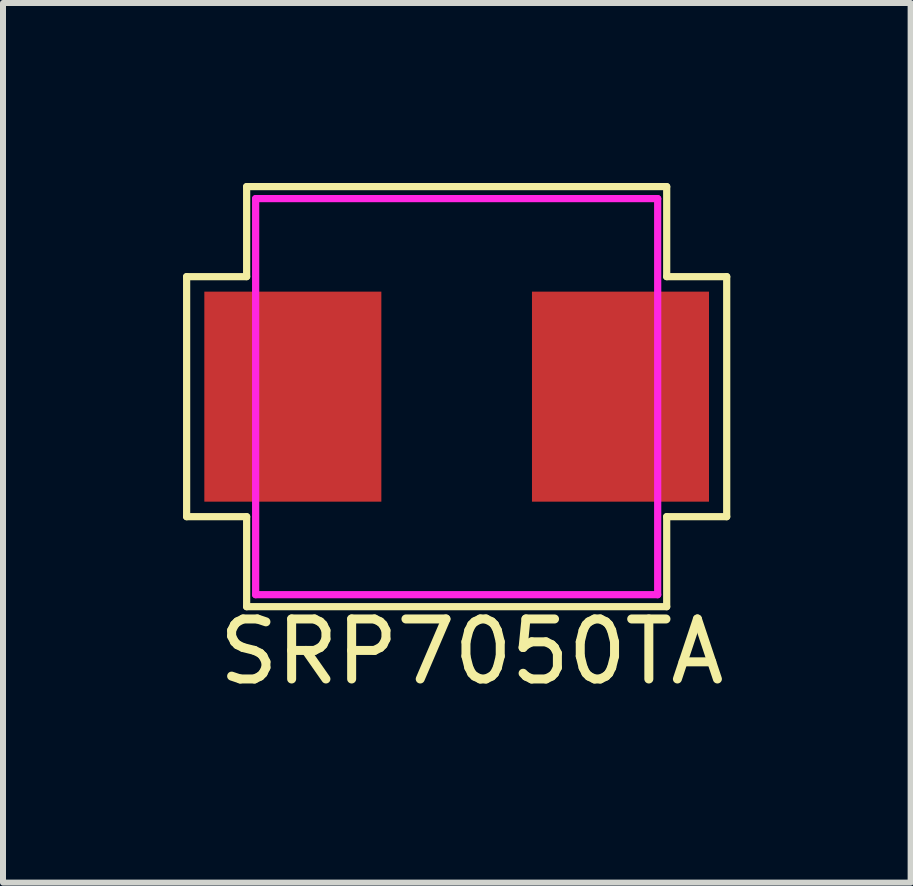
<source format=kicad_pcb>
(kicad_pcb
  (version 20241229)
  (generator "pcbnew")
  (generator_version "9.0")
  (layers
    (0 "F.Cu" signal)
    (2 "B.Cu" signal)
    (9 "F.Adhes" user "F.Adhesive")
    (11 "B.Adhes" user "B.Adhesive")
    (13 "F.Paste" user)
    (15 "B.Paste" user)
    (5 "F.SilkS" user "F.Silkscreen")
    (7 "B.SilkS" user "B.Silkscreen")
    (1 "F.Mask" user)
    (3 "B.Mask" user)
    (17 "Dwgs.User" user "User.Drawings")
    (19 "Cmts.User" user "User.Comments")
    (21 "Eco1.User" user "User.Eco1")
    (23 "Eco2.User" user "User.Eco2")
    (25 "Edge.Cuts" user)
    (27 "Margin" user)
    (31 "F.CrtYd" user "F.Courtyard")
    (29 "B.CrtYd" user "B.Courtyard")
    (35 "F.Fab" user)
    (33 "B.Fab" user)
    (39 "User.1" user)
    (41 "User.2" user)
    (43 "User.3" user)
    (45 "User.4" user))
  (footprint "SRP7050TA"
    (layer "F.Cu")
    (at 4.56 3.56)
    (property "Reference" "SRP7050TA" (at 0.25 4.25 0) (layer "F.SilkS") (effects (font (size 1 1) (thickness 0.15))))
    (attr through_hole)
    (fp_line (start -4.5 -2) (end -3.5 -2) (stroke (width 0.12) (type solid)) (layer "F.SilkS"))
    (fp_line (start -4.5 2) (end -4.5 -2) (stroke (width 0.12) (type solid)) (layer "F.SilkS"))
    (fp_line (start -3.5 -3.5) (end 3.5 -3.5) (stroke (width 0.12) (type solid)) (layer "F.SilkS"))
    (fp_line (start -3.5 -2) (end -3.5 -3.5) (stroke (width 0.12) (type solid)) (layer "F.SilkS"))
    (fp_line (start -3.5 2) (end -4.5 2) (stroke (width 0.12) (type solid)) (layer "F.SilkS"))
    (fp_line (start -3.5 3.5) (end -3.5 2) (stroke (width 0.12) (type solid)) (layer "F.SilkS"))
    (fp_line (start 3.5 -3.5) (end 3.5 -2) (stroke (width 0.12) (type solid)) (layer "F.SilkS"))
    (fp_line (start 3.5 -2) (end 4.5 -2) (stroke (width 0.12) (type solid)) (layer "F.SilkS"))
    (fp_line (start 3.5 2) (end 3.5 3.5) (stroke (width 0.12) (type solid)) (layer "F.SilkS"))
    (fp_line (start 3.5 3.5) (end -3.5 3.5) (stroke (width 0.12) (type solid)) (layer "F.SilkS"))
    (fp_line (start 4.5 -2) (end 4.5 2) (stroke (width 0.12) (type solid)) (layer "F.SilkS"))
    (fp_line (start 4.5 2) (end 3.5 2) (stroke (width 0.12) (type solid)) (layer "F.SilkS"))
    (fp_line (start -3.35 -3.3) (end 3.35 -3.3) (stroke (width 0.12) (type solid)) (layer "F.CrtYd"))
    (fp_line (start -3.35 3.3) (end -3.35 -3.3) (stroke (width 0.12) (type solid)) (layer "F.CrtYd"))
    (fp_line (start 3.35 -3.3) (end 3.35 3.3) (stroke (width 0.12) (type solid)) (layer "F.CrtYd"))
    (fp_line (start 3.35 3.3) (end -3.35 3.3) (stroke (width 0.12) (type solid)) (layer "F.CrtYd"))
    (pad "1" smd rect (at -2.73 0) (size 2.95 3.5) (layers "F.Cu" "F.Mask" "F.Paste"))
    (pad "2" smd rect (at 2.73 0) (size 2.95 3.5) (layers "F.Cu" "F.Mask" "F.Paste")))
  (gr_rect
    (start -3 -3)
    (end 12.125 11.658)
    (stroke (width 0.1) (type default))
    (fill no)
    (layer "Edge.Cuts")))
</source>
